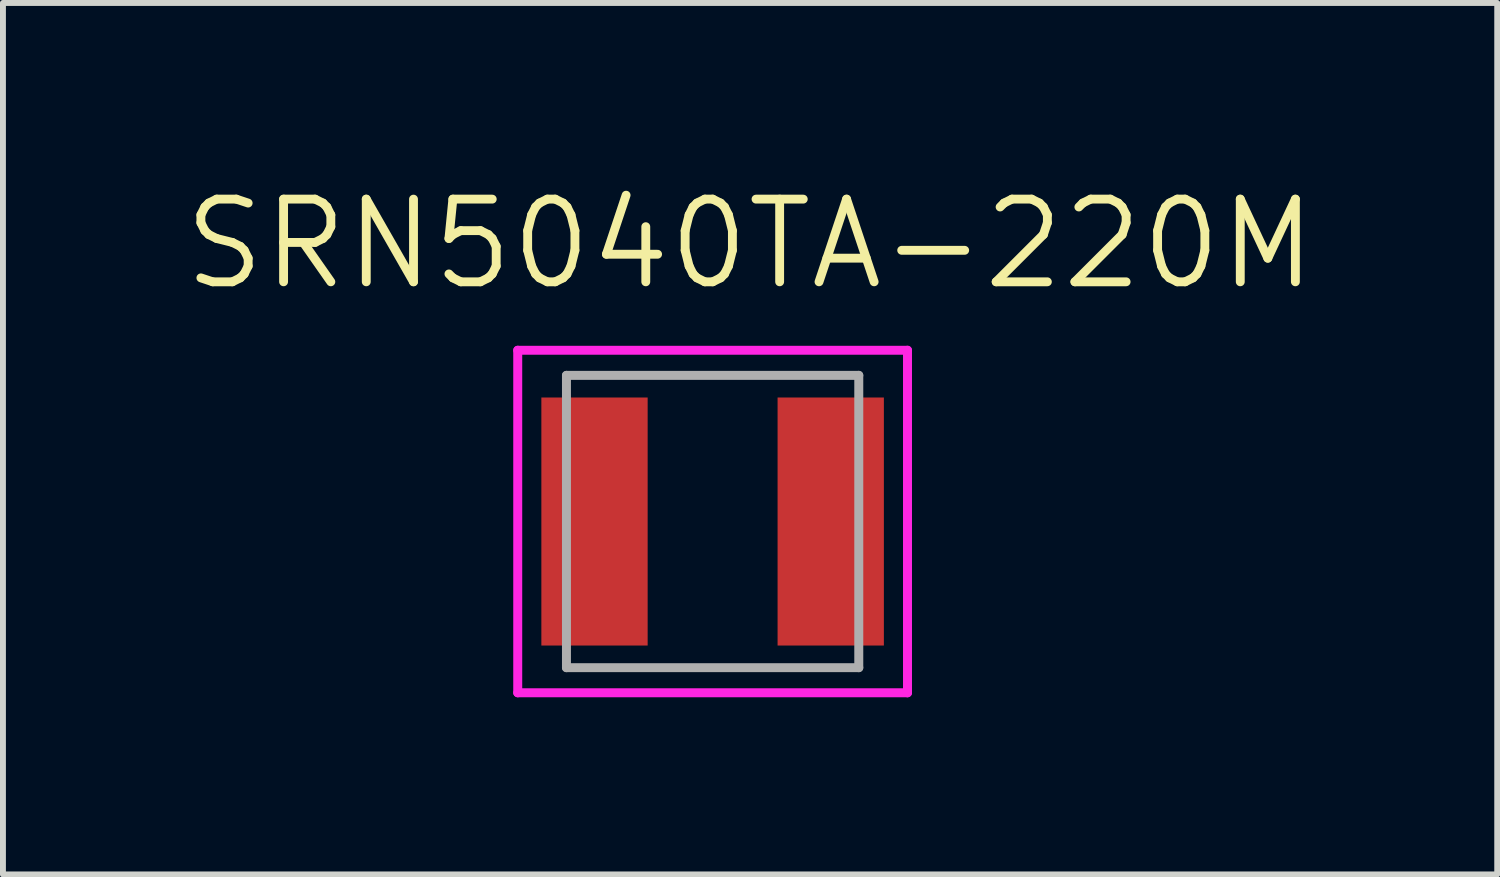
<source format=kicad_pcb>
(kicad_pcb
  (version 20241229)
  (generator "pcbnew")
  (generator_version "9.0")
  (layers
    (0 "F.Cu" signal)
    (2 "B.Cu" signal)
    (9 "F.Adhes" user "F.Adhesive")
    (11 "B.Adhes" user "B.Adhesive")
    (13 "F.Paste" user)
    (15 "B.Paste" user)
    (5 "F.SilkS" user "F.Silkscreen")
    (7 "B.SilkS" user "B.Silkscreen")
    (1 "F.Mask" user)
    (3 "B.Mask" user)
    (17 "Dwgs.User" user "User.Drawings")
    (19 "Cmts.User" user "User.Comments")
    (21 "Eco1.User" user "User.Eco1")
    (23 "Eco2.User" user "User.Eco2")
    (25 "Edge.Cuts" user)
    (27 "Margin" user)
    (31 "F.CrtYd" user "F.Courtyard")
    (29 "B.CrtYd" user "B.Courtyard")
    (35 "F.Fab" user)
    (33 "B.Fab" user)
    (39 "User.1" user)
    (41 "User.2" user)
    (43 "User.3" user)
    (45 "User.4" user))
  (footprint "SRN5040TA-220M"
    (layer "F.Cu")
    (at 9.017 5.781)
    (property "Reference" "SRN5040TA-220M" (at 0.635 -4.699 0) (layer "F.SilkS") (effects (font (size 1.4 1.4) (thickness 0.15))))
    (attr smd)
    (fp_line (start -3.3 -2.9) (end -3.3 2.9) (stroke (width 0.152) (type solid)) (layer "F.CrtYd"))
    (fp_line (start -3.3 2.9) (end 3.3 2.9) (stroke (width 0.152) (type solid)) (layer "F.CrtYd"))
    (fp_line (start 3.3 -2.9) (end -3.3 -2.9) (stroke (width 0.152) (type solid)) (layer "F.CrtYd"))
    (fp_line (start 3.3 2.9) (end 3.3 -2.9) (stroke (width 0.152) (type solid)) (layer "F.CrtYd"))
    (fp_line (start -2.475 -2.475) (end 2.475 -2.475) (stroke (width 0.152) (type solid)) (layer "F.Fab"))
    (fp_line (start -2.475 2.475) (end -2.475 -2.475) (stroke (width 0.152) (type solid)) (layer "F.Fab"))
    (fp_line (start 2.475 -2.475) (end 2.475 2.475) (stroke (width 0.152) (type solid)) (layer "F.Fab"))
    (fp_line (start 2.475 2.475) (end -2.475 2.475) (stroke (width 0.152) (type solid)) (layer "F.Fab"))
    (pad "1" smd rect (at -2 0) (size 1.8 4.2) (layers "F.Cu" "F.Mask" "F.Paste"))
    (pad "2" smd rect (at 2 0) (size 1.8 4.2) (layers "F.Cu" "F.Mask" "F.Paste")))
  (gr_rect
    (start -3 -3)
    (end 22.303 11.757)
    (stroke (width 0.1) (type default))
    (fill no)
    (layer "Edge.Cuts")))
</source>
